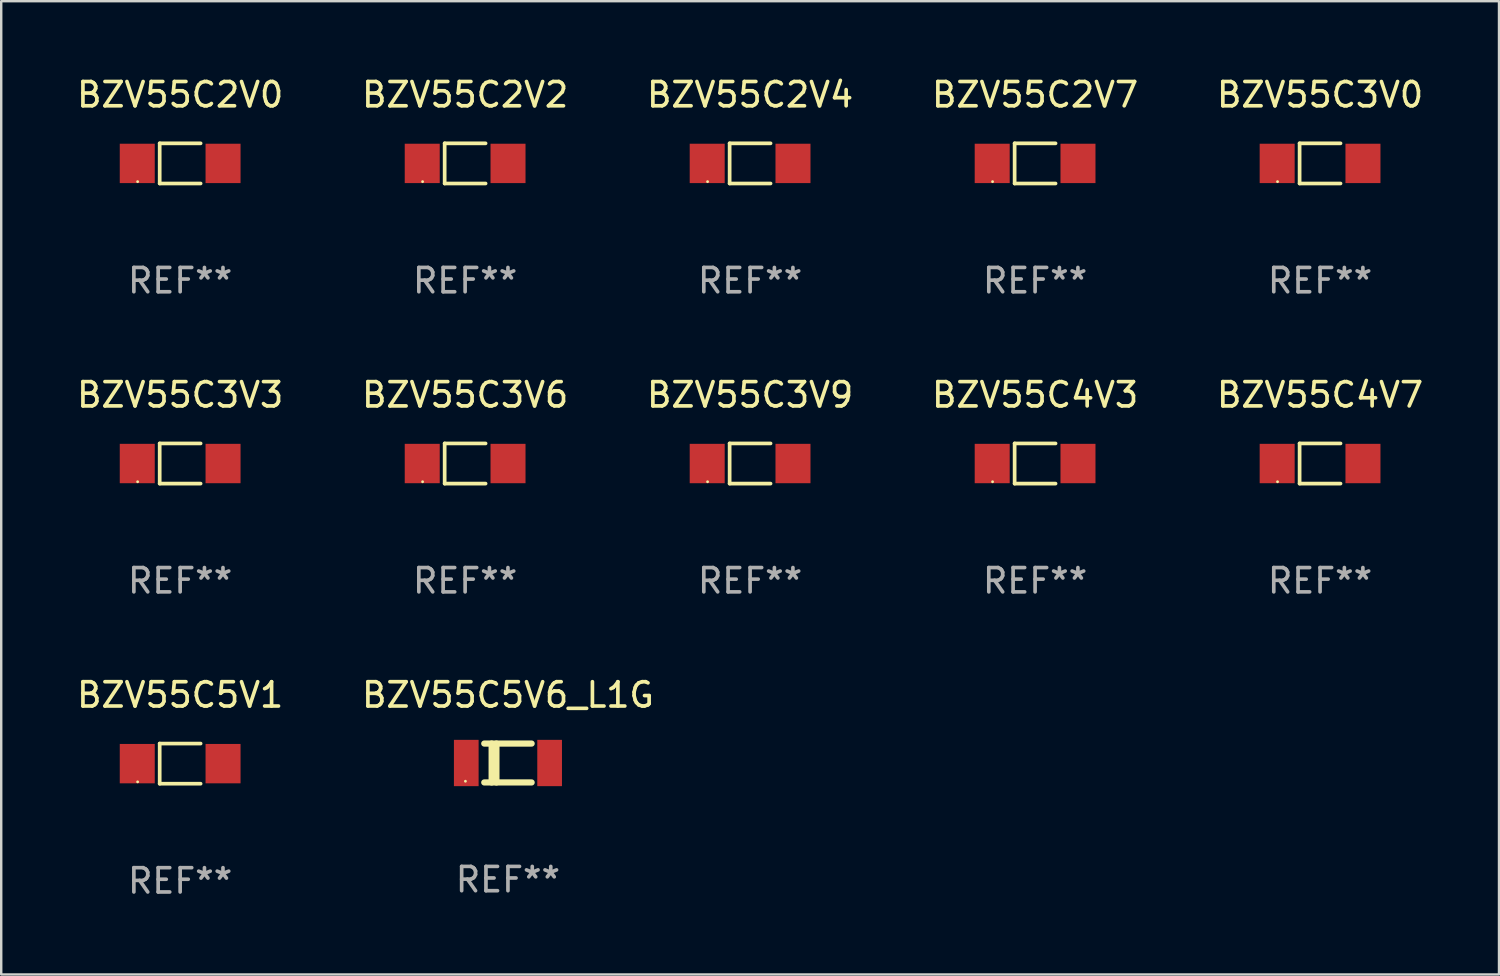
<source format=kicad_pcb>
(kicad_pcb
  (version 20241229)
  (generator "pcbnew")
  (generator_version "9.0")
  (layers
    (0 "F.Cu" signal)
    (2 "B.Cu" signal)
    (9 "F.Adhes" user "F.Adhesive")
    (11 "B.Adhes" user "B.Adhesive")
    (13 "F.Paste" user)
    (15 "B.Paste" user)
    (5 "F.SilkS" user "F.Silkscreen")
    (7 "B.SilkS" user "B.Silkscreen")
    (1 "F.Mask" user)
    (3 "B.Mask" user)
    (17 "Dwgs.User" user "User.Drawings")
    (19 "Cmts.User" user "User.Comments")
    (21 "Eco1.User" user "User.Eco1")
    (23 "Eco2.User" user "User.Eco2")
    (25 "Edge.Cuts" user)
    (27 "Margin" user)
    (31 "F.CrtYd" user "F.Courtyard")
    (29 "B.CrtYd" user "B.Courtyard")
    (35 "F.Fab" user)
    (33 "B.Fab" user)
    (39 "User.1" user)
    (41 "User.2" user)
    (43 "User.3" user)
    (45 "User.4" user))
  (footprint "BZV55C4V3"
    (layer "F.Cu")
    (at 39.542 16.023)
    (property "Reference" "BZV55C4V3" (at 0 -2.826 0) (layer "F.SilkS") (effects (font (size 1 1) (thickness 0.15))))
    (attr through_hole)
    (fp_line (start -0.842 -0.826) (end -0.842 0.826) (stroke (width 0.152) (type solid)) (layer "F.SilkS"))
    (fp_line (start -0.842 -0.826) (end 0.842 -0.826) (stroke (width 0.152) (type solid)) (layer "F.SilkS"))
    (fp_line (start -0.842 0.826) (end 0.842 0.826) (stroke (width 0.152) (type solid)) (layer "F.SilkS"))
    (fp_circle (center -1.75 0.75) (end -1.72 0.75) (stroke (width 0.06) (type solid)) (fill no) (layer "F.SilkS"))
    (fp_text user "REF**" (at 0 4.826 0) (layer "F.Fab") (effects (font (size 1 1) (thickness 0.15))))
    (pad "1" smd rect (at -1.765 0) (size 1.44 1.62) (layers "F.Cu" "F.Mask" "F.Paste"))
    (pad "2" smd rect (at 1.765 0) (size 1.44 1.62) (layers "F.Cu" "F.Mask" "F.Paste")))
  (footprint "BZV55C2V4"
    (layer "F.Cu")
    (at 27.815 3.674)
    (property "Reference" "BZV55C2V4" (at 0 -2.826 0) (layer "F.SilkS") (effects (font (size 1 1) (thickness 0.15))))
    (attr through_hole)
    (fp_line (start -0.842 -0.826) (end -0.842 0.826) (stroke (width 0.152) (type solid)) (layer "F.SilkS"))
    (fp_line (start -0.842 -0.826) (end 0.842 -0.826) (stroke (width 0.152) (type solid)) (layer "F.SilkS"))
    (fp_line (start -0.842 0.826) (end 0.842 0.826) (stroke (width 0.152) (type solid)) (layer "F.SilkS"))
    (fp_circle (center -1.75 0.75) (end -1.72 0.75) (stroke (width 0.06) (type solid)) (fill no) (layer "F.SilkS"))
    (fp_text user "REF**" (at 0 4.826 0) (layer "F.Fab") (effects (font (size 1 1) (thickness 0.15))))
    (pad "1" smd rect (at -1.765 0) (size 1.44 1.62) (layers "F.Cu" "F.Mask" "F.Paste"))
    (pad "2" smd rect (at 1.765 0) (size 1.44 1.62) (layers "F.Cu" "F.Mask" "F.Paste")))
  (footprint "BZV55C4V7"
    (layer "F.Cu")
    (at 51.268 16.023)
    (property "Reference" "BZV55C4V7" (at 0 -2.826 0) (layer "F.SilkS") (effects (font (size 1 1) (thickness 0.15))))
    (attr through_hole)
    (fp_line (start -0.842 -0.826) (end -0.842 0.826) (stroke (width 0.152) (type solid)) (layer "F.SilkS"))
    (fp_line (start -0.842 -0.826) (end 0.842 -0.826) (stroke (width 0.152) (type solid)) (layer "F.SilkS"))
    (fp_line (start -0.842 0.826) (end 0.842 0.826) (stroke (width 0.152) (type solid)) (layer "F.SilkS"))
    (fp_circle (center -1.75 0.75) (end -1.72 0.75) (stroke (width 0.06) (type solid)) (fill no) (layer "F.SilkS"))
    (fp_text user "REF**" (at 0 4.826 0) (layer "F.Fab") (effects (font (size 1 1) (thickness 0.15))))
    (pad "1" smd rect (at -1.765 0) (size 1.44 1.62) (layers "F.Cu" "F.Mask" "F.Paste"))
    (pad "2" smd rect (at 1.765 0) (size 1.44 1.62) (layers "F.Cu" "F.Mask" "F.Paste")))
  (footprint "BZV55C3V0"
    (layer "F.Cu")
    (at 51.268 3.674)
    (property "Reference" "BZV55C3V0" (at 0 -2.826 0) (layer "F.SilkS") (effects (font (size 1 1) (thickness 0.15))))
    (attr through_hole)
    (fp_line (start -0.842 -0.826) (end -0.842 0.826) (stroke (width 0.152) (type solid)) (layer "F.SilkS"))
    (fp_line (start -0.842 -0.826) (end 0.842 -0.826) (stroke (width 0.152) (type solid)) (layer "F.SilkS"))
    (fp_line (start -0.842 0.826) (end 0.842 0.826) (stroke (width 0.152) (type solid)) (layer "F.SilkS"))
    (fp_circle (center -1.75 0.75) (end -1.72 0.75) (stroke (width 0.06) (type solid)) (fill no) (layer "F.SilkS"))
    (fp_text user "REF**" (at 0 4.826 0) (layer "F.Fab") (effects (font (size 1 1) (thickness 0.15))))
    (pad "1" smd rect (at -1.765 0) (size 1.44 1.62) (layers "F.Cu" "F.Mask" "F.Paste"))
    (pad "2" smd rect (at 1.765 0) (size 1.44 1.62) (layers "F.Cu" "F.Mask" "F.Paste")))
  (footprint "BZV55C5V1"
    (layer "F.Cu")
    (at 4.363 28.372)
    (property "Reference" "BZV55C5V1" (at 0 -2.826 0) (layer "F.SilkS") (effects (font (size 1 1) (thickness 0.15))))
    (attr through_hole)
    (fp_line (start -0.842 -0.826) (end -0.842 0.826) (stroke (width 0.152) (type solid)) (layer "F.SilkS"))
    (fp_line (start -0.842 -0.826) (end 0.842 -0.826) (stroke (width 0.152) (type solid)) (layer "F.SilkS"))
    (fp_line (start -0.842 0.826) (end 0.842 0.826) (stroke (width 0.152) (type solid)) (layer "F.SilkS"))
    (fp_circle (center -1.75 0.75) (end -1.72 0.75) (stroke (width 0.06) (type solid)) (fill no) (layer "F.SilkS"))
    (fp_text user "REF**" (at 0 4.826 0) (layer "F.Fab") (effects (font (size 1 1) (thickness 0.15))))
    (pad "1" smd rect (at -1.765 0) (size 1.44 1.62) (layers "F.Cu" "F.Mask" "F.Paste"))
    (pad "2" smd rect (at 1.765 0) (size 1.44 1.62) (layers "F.Cu" "F.Mask" "F.Paste")))
  (footprint "BZV55C2V0"
    (layer "F.Cu")
    (at 4.363 3.674)
    (property "Reference" "BZV55C2V0" (at 0 -2.826 0) (layer "F.SilkS") (effects (font (size 1 1) (thickness 0.15))))
    (attr through_hole)
    (fp_line (start -0.842 -0.826) (end -0.842 0.826) (stroke (width 0.152) (type solid)) (layer "F.SilkS"))
    (fp_line (start -0.842 -0.826) (end 0.842 -0.826) (stroke (width 0.152) (type solid)) (layer "F.SilkS"))
    (fp_line (start -0.842 0.826) (end 0.842 0.826) (stroke (width 0.152) (type solid)) (layer "F.SilkS"))
    (fp_circle (center -1.75 0.75) (end -1.72 0.75) (stroke (width 0.06) (type solid)) (fill no) (layer "F.SilkS"))
    (fp_text user "REF**" (at 0 4.826 0) (layer "F.Fab") (effects (font (size 1 1) (thickness 0.15))))
    (pad "1" smd rect (at -1.765 0) (size 1.44 1.62) (layers "F.Cu" "F.Mask" "F.Paste"))
    (pad "2" smd rect (at 1.765 0) (size 1.44 1.62) (layers "F.Cu" "F.Mask" "F.Paste")))
  (footprint "BZV55C3V9"
    (layer "F.Cu")
    (at 27.815 16.023)
    (property "Reference" "BZV55C3V9" (at 0 -2.826 0) (layer "F.SilkS") (effects (font (size 1 1) (thickness 0.15))))
    (attr through_hole)
    (fp_line (start -0.842 -0.826) (end -0.842 0.826) (stroke (width 0.152) (type solid)) (layer "F.SilkS"))
    (fp_line (start -0.842 -0.826) (end 0.842 -0.826) (stroke (width 0.152) (type solid)) (layer "F.SilkS"))
    (fp_line (start -0.842 0.826) (end 0.842 0.826) (stroke (width 0.152) (type solid)) (layer "F.SilkS"))
    (fp_circle (center -1.75 0.75) (end -1.72 0.75) (stroke (width 0.06) (type solid)) (fill no) (layer "F.SilkS"))
    (fp_text user "REF**" (at 0 4.826 0) (layer "F.Fab") (effects (font (size 1 1) (thickness 0.15))))
    (pad "1" smd rect (at -1.765 0) (size 1.44 1.62) (layers "F.Cu" "F.Mask" "F.Paste"))
    (pad "2" smd rect (at 1.765 0) (size 1.44 1.62) (layers "F.Cu" "F.Mask" "F.Paste")))
  (footprint "BZV55C2V2"
    (layer "F.Cu")
    (at 16.089 3.674)
    (property "Reference" "BZV55C2V2" (at 0 -2.826 0) (layer "F.SilkS") (effects (font (size 1 1) (thickness 0.15))))
    (attr through_hole)
    (fp_line (start -0.842 -0.826) (end -0.842 0.826) (stroke (width 0.152) (type solid)) (layer "F.SilkS"))
    (fp_line (start -0.842 -0.826) (end 0.842 -0.826) (stroke (width 0.152) (type solid)) (layer "F.SilkS"))
    (fp_line (start -0.842 0.826) (end 0.842 0.826) (stroke (width 0.152) (type solid)) (layer "F.SilkS"))
    (fp_circle (center -1.75 0.75) (end -1.72 0.75) (stroke (width 0.06) (type solid)) (fill no) (layer "F.SilkS"))
    (fp_text user "REF**" (at 0 4.826 0) (layer "F.Fab") (effects (font (size 1 1) (thickness 0.15))))
    (pad "1" smd rect (at -1.765 0) (size 1.44 1.62) (layers "F.Cu" "F.Mask" "F.Paste"))
    (pad "2" smd rect (at 1.765 0) (size 1.44 1.62) (layers "F.Cu" "F.Mask" "F.Paste")))
  (footprint "BZV55C3V3"
    (layer "F.Cu")
    (at 4.363 16.023)
    (property "Reference" "BZV55C3V3" (at 0 -2.826 0) (layer "F.SilkS") (effects (font (size 1 1) (thickness 0.15))))
    (attr through_hole)
    (fp_line (start -0.842 -0.826) (end -0.842 0.826) (stroke (width 0.152) (type solid)) (layer "F.SilkS"))
    (fp_line (start -0.842 -0.826) (end 0.842 -0.826) (stroke (width 0.152) (type solid)) (layer "F.SilkS"))
    (fp_line (start -0.842 0.826) (end 0.842 0.826) (stroke (width 0.152) (type solid)) (layer "F.SilkS"))
    (fp_circle (center -1.75 0.75) (end -1.72 0.75) (stroke (width 0.06) (type solid)) (fill no) (layer "F.SilkS"))
    (fp_text user "REF**" (at 0 4.826 0) (layer "F.Fab") (effects (font (size 1 1) (thickness 0.15))))
    (pad "1" smd rect (at -1.765 0) (size 1.44 1.62) (layers "F.Cu" "F.Mask" "F.Paste"))
    (pad "2" smd rect (at 1.765 0) (size 1.44 1.62) (layers "F.Cu" "F.Mask" "F.Paste")))
  (footprint "BZV55C2V7"
    (layer "F.Cu")
    (at 39.542 3.674)
    (property "Reference" "BZV55C2V7" (at 0 -2.826 0) (layer "F.SilkS") (effects (font (size 1 1) (thickness 0.15))))
    (attr through_hole)
    (fp_line (start -0.842 -0.826) (end -0.842 0.826) (stroke (width 0.152) (type solid)) (layer "F.SilkS"))
    (fp_line (start -0.842 -0.826) (end 0.842 -0.826) (stroke (width 0.152) (type solid)) (layer "F.SilkS"))
    (fp_line (start -0.842 0.826) (end 0.842 0.826) (stroke (width 0.152) (type solid)) (layer "F.SilkS"))
    (fp_circle (center -1.75 0.75) (end -1.72 0.75) (stroke (width 0.06) (type solid)) (fill no) (layer "F.SilkS"))
    (fp_text user "REF**" (at 0 4.826 0) (layer "F.Fab") (effects (font (size 1 1) (thickness 0.15))))
    (pad "1" smd rect (at -1.765 0) (size 1.44 1.62) (layers "F.Cu" "F.Mask" "F.Paste"))
    (pad "2" smd rect (at 1.765 0) (size 1.44 1.62) (layers "F.Cu" "F.Mask" "F.Paste")))
  (footprint "BZV55C5V6_L1G"
    (layer "F.Cu")
    (at 17.851 28.346)
    (property "Reference" "BZV55C5V6_L1G" (at 0 -2.8 0) (layer "F.SilkS") (effects (font (size 1 1) (thickness 0.15))))
    (attr through_hole)
    (fp_line (start -0.975 -0.8) (end 0.975 -0.8) (stroke (width 0.254) (type solid)) (layer "F.SilkS"))
    (fp_line (start -0.975 0.8) (end 0.975 0.8) (stroke (width 0.254) (type solid)) (layer "F.SilkS"))
    (fp_line (start -0.671 -0.8) (end -0.671 0.8) (stroke (width 0.254) (type solid)) (layer "F.SilkS"))
    (fp_line (start -0.474 -0.8) (end -0.474 0.8) (stroke (width 0.254) (type solid)) (layer "F.SilkS"))
    (fp_circle (center -1.75 0.75) (end -1.72 0.75) (stroke (width 0.06) (type solid)) (fill no) (layer "F.SilkS"))
    (fp_text user "REF**" (at 0 4.8 0) (layer "F.Fab") (effects (font (size 1 1) (thickness 0.15))))
    (pad "1" smd rect (at -1.715 0 180) (size 1.016 1.905) (layers "F.Cu" "F.Mask" "F.Paste"))
    (pad "2" smd rect (at 1.715 0 180) (size 1.016 1.905) (layers "F.Cu" "F.Mask" "F.Paste")))
  (footprint "BZV55C3V6"
    (layer "F.Cu")
    (at 16.089 16.023)
    (property "Reference" "BZV55C3V6" (at 0 -2.826 0) (layer "F.SilkS") (effects (font (size 1 1) (thickness 0.15))))
    (attr through_hole)
    (fp_line (start -0.842 -0.826) (end -0.842 0.826) (stroke (width 0.152) (type solid)) (layer "F.SilkS"))
    (fp_line (start -0.842 -0.826) (end 0.842 -0.826) (stroke (width 0.152) (type solid)) (layer "F.SilkS"))
    (fp_line (start -0.842 0.826) (end 0.842 0.826) (stroke (width 0.152) (type solid)) (layer "F.SilkS"))
    (fp_circle (center -1.75 0.75) (end -1.72 0.75) (stroke (width 0.06) (type solid)) (fill no) (layer "F.SilkS"))
    (fp_text user "REF**" (at 0 4.826 0) (layer "F.Fab") (effects (font (size 1 1) (thickness 0.15))))
    (pad "1" smd rect (at -1.765 0) (size 1.44 1.62) (layers "F.Cu" "F.Mask" "F.Paste"))
    (pad "2" smd rect (at 1.765 0) (size 1.44 1.62) (layers "F.Cu" "F.Mask" "F.Paste")))
  (gr_rect
    (start -3 -3)
    (end 58.631 37.047)
    (stroke (width 0.1) (type default))
    (fill no)
    (layer "Edge.Cuts")))
</source>
